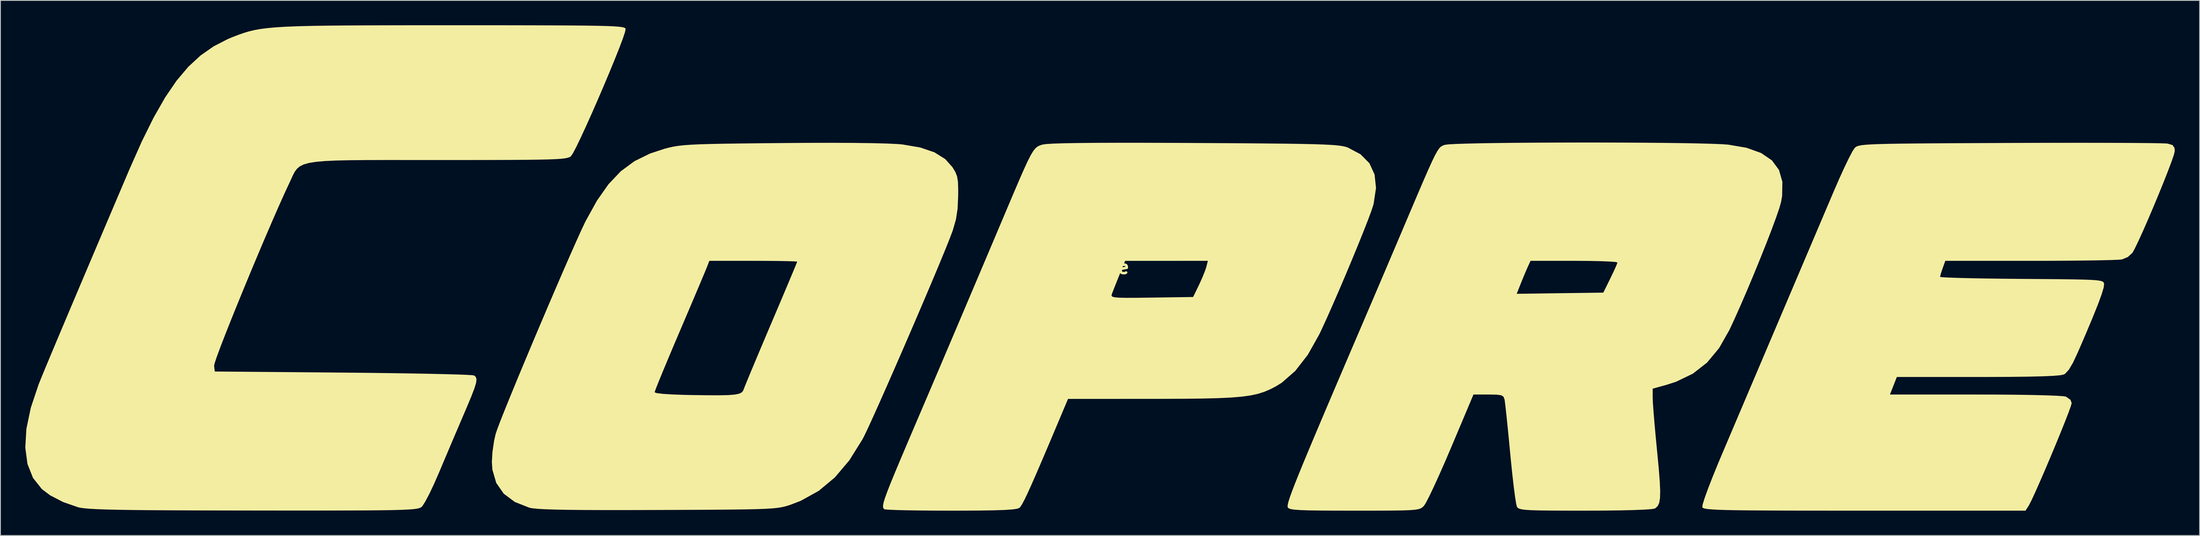
<source format=kicad_pcb>
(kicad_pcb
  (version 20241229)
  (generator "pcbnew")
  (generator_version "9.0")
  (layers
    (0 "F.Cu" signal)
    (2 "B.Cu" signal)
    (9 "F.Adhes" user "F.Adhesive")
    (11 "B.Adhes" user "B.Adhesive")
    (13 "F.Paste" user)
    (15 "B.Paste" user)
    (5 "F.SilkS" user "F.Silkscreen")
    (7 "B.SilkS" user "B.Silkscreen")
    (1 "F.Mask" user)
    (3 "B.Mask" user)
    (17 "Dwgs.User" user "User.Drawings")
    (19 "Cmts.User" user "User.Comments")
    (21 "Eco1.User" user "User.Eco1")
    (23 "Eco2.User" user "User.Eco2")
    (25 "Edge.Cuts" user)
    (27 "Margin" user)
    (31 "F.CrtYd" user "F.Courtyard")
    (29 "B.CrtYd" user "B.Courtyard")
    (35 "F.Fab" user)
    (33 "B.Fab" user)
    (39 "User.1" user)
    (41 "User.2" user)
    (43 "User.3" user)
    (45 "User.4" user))
  (footprint "Copre"
    (layer "F.Cu")
    (at 129.879 29.236)
    (property "Reference" "Copre" (at 0 0 0) (layer "F.SilkS") (effects (font (size 1.524 1.524) (thickness 0.3))))
    (attr board_only exclude_from_pos_files exclude_from_bom)
    (fp_poly (pts (xy 5.251 -15.047) (xy 8.942 -15.034) (xy 11.113 -15.023) (xy 14.601 -15.003) (xy 17.6 -14.983) (xy 20.151 -14.961) (xy 22.292 -14.938) (xy 24.064 -14.91) (xy 25.508 -14.878) (xy 26.662 -14.84) (xy 27.567 -14.795) (xy 28.264 -14.742) (xy 28.792 -14.679) (xy 29.191 -14.606) (xy 29.501 -14.52) (xy 29.642 -14.47) (xy 31.168 -13.663) (xy 32.243 -12.578) (xy 32.867 -11.22) (xy 33.038 -9.591) (xy 32.754 -7.695) (xy 32.714 -7.541) (xy 32.486 -6.84) (xy 32.077 -5.738) (xy 31.521 -4.318) (xy 30.853 -2.661) (xy 30.107 -0.85) (xy 29.317 1.034) (xy 28.518 2.907) (xy 27.744 4.688) (xy 27.029 6.294) (xy 26.407 7.643) (xy 26.184 8.109) (xy 24.809 10.555) (xy 23.304 12.493) (xy 21.673 13.921) (xy 20.934 14.377) (xy 20.24 14.732) (xy 19.543 15.025) (xy 18.786 15.265) (xy 17.914 15.454) (xy 16.87 15.6) (xy 15.598 15.708) (xy 14.042 15.783) (xy 12.146 15.831) (xy 9.855 15.858) (xy 7.111 15.869) (xy 5.949 15.87) (xy -4.11 15.875) (xy -5.139 18.322) (xy -6.244 20.944) (xy -7.166 23.115) (xy -7.924 24.876) (xy -8.534 26.267) (xy -9.016 27.328) (xy -9.387 28.097) (xy -9.665 28.616) (xy -9.869 28.924) (xy -9.979 29.038) (xy -10.261 29.14) (xy -10.833 29.221) (xy -11.738 29.283) (xy -13.02 29.326) (xy -14.721 29.354) (xy -16.885 29.367) (xy -18.263 29.369) (xy -20.249 29.363) (xy -22.062 29.347) (xy -23.635 29.322) (xy -24.901 29.289) (xy -25.793 29.25) (xy -26.243 29.207) (xy -26.282 29.192) (xy -26.372 29.078) (xy -26.422 28.921) (xy -26.414 28.679) (xy -26.335 28.312) (xy -26.168 27.779) (xy -25.899 27.04) (xy -25.511 26.054) (xy -24.989 24.779) (xy -24.317 23.176) (xy -23.481 21.203) (xy -22.465 18.82) (xy -21.433 16.404) (xy -20.747 14.798) (xy -19.89 12.786) (xy -18.897 10.449) (xy -17.801 7.871) (xy -16.639 5.132) (xy -15.909 3.41) (xy 1.138 3.41) (xy 1.231 3.529) (xy 1.515 3.608) (xy 2.055 3.654) (xy 2.919 3.672) (xy 4.175 3.667) (xy 5.889 3.645) (xy 5.989 3.644) (xy 10.98 3.572) (xy 11.686 2.117) (xy 12.103 1.2) (xy 12.437 0.362) (xy 12.575 -0.066) (xy 12.757 -0.794) (xy 7.768 -0.793) (xy 2.778 -0.792) (xy 2.057 0.993) (xy 1.676 1.944) (xy 1.358 2.747) (xy 1.171 3.236) (xy 1.166 3.247) (xy 1.138 3.41) (xy -15.909 3.41) (xy -15.445 2.314) (xy -14.252 -0.5) (xy -13.097 -3.23) (xy -12.013 -5.794) (xy -11.723 -6.482) (xy -10.799 -8.667) (xy -10.053 -10.416) (xy -9.457 -11.779) (xy -8.983 -12.809) (xy -8.604 -13.556) (xy -8.291 -14.071) (xy -8.017 -14.406) (xy -7.754 -14.613) (xy -7.475 -14.741) (xy -7.193 -14.83) (xy -6.75 -14.895) (xy -5.885 -14.948) (xy -4.586 -14.99) (xy -2.837 -15.02) (xy -0.624 -15.04) (xy 2.067 -15.049)) (stroke (width 0) (type solid)) (fill yes) (layer "F.SilkS"))
    (fp_poly (pts (xy 120.77 -15.042) (xy 123.018 -15.034) (xy 124.946 -15.023) (xy 126.506 -15.007) (xy 127.656 -14.987) (xy 128.347 -14.964) (xy 128.521 -14.949) (xy 129.122 -14.768) (xy 129.354 -14.416) (xy 129.381 -14.038) (xy 129.279 -13.61) (xy 128.996 -12.785) (xy 128.569 -11.65) (xy 128.033 -10.29) (xy 127.424 -8.792) (xy 126.778 -7.241) (xy 126.131 -5.725) (xy 125.519 -4.329) (xy 124.976 -3.139) (xy 124.541 -2.241) (xy 124.271 -1.757) (xy 123.72 -1.257) (xy 123.016 -0.963) (xy 122.567 -0.925) (xy 121.653 -0.89) (xy 120.336 -0.859) (xy 118.68 -0.833) (xy 116.749 -0.813) (xy 114.605 -0.799) (xy 112.313 -0.794) (xy 111.939 -0.794) (xy 101.706 -0.794) (xy 101.389 0.085) (xy 101.176 0.719) (xy 101.073 1.116) (xy 101.071 1.14) (xy 101.326 1.182) (xy 102.052 1.223) (xy 103.191 1.264) (xy 104.685 1.302) (xy 106.476 1.335) (xy 108.506 1.363) (xy 110.717 1.384) (xy 110.927 1.386) (xy 113.468 1.404) (xy 115.531 1.423) (xy 117.165 1.444) (xy 118.422 1.472) (xy 119.351 1.509) (xy 120.003 1.557) (xy 120.428 1.622) (xy 120.678 1.704) (xy 120.802 1.808) (xy 120.85 1.937) (xy 120.859 1.993) (xy 120.806 2.435) (xy 120.563 3.244) (xy 120.123 4.445) (xy 119.476 6.059) (xy 118.616 8.108) (xy 117.706 10.216) (xy 117.106 11.502) (xy 116.608 12.349) (xy 116.17 12.823) (xy 115.995 12.928) (xy 115.565 13.018) (xy 114.698 13.092) (xy 113.378 13.149) (xy 111.587 13.191) (xy 109.306 13.217) (xy 106.519 13.229) (xy 105.596 13.229) (xy 95.859 13.229) (xy 95.028 15.346) (xy 105.308 15.346) (xy 107.853 15.352) (xy 110.153 15.372) (xy 112.161 15.402) (xy 113.828 15.443) (xy 115.104 15.493) (xy 115.94 15.55) (xy 116.267 15.604) (xy 116.809 15.994) (xy 116.946 16.381) (xy 116.845 16.754) (xy 116.566 17.528) (xy 116.143 18.618) (xy 115.613 19.941) (xy 115.009 21.413) (xy 114.367 22.951) (xy 113.723 24.469) (xy 113.11 25.884) (xy 112.565 27.114) (xy 112.122 28.073) (xy 111.816 28.678) (xy 111.76 28.773) (xy 111.377 29.369) (xy 91.965 29.369) (xy 88.272 29.368) (xy 85.073 29.365) (xy 82.333 29.359) (xy 80.016 29.349) (xy 78.087 29.335) (xy 76.511 29.316) (xy 75.253 29.291) (xy 74.277 29.259) (xy 73.549 29.219) (xy 73.033 29.172) (xy 72.693 29.115) (xy 72.495 29.049) (xy 72.403 28.972) (xy 72.391 28.949) (xy 72.445 28.589) (xy 72.689 27.809) (xy 73.1 26.676) (xy 73.653 25.254) (xy 74.324 23.608) (xy 74.721 22.665) (xy 75.653 20.47) (xy 76.714 17.971) (xy 77.875 15.237) (xy 79.107 12.338) (xy 80.379 9.343) (xy 81.664 6.319) (xy 82.931 3.336) (xy 84.152 0.462) (xy 85.297 -2.234) (xy 86.337 -4.682) (xy 87.243 -6.815) (xy 87.986 -8.563) (xy 88.282 -9.26) (xy 88.931 -10.75) (xy 89.546 -12.098) (xy 90.087 -13.218) (xy 90.51 -14.021) (xy 90.773 -14.42) (xy 90.887 -14.523) (xy 91.036 -14.612) (xy 91.258 -14.688) (xy 91.591 -14.753) (xy 92.073 -14.807) (xy 92.741 -14.851) (xy 93.635 -14.888) (xy 94.79 -14.918) (xy 96.246 -14.943) (xy 98.041 -14.963) (xy 100.211 -14.981) (xy 102.796 -14.996) (xy 105.833 -15.011) (xy 109.361 -15.027) (xy 109.479 -15.027) (xy 112.555 -15.038) (xy 115.493 -15.044) (xy 118.247 -15.045)) (stroke (width 0) (type solid)) (fill yes) (layer "F.SilkS"))
    (fp_poly (pts (xy -29.928 -15.031) (xy -27.746 -15.002) (xy -25.989 -14.958) (xy -24.695 -14.898) (xy -24.096 -14.848) (xy -21.931 -14.477) (xy -20.217 -13.893) (xy -18.916 -13.076) (xy -18.044 -12.096) (xy -17.699 -11.525) (xy -17.49 -10.99) (xy -17.385 -10.335) (xy -17.355 -9.404) (xy -17.36 -8.616) (xy -17.43 -7.074) (xy -17.628 -5.793) (xy -17.996 -4.516) (xy -18.07 -4.303) (xy -18.4 -3.432) (xy -18.908 -2.165) (xy -19.565 -0.568) (xy -20.344 1.295) (xy -21.217 3.36) (xy -22.156 5.561) (xy -23.133 7.835) (xy -24.119 10.116) (xy -25.088 12.339) (xy -26.011 14.441) (xy -26.859 16.355) (xy -27.606 18.018) (xy -28.223 19.366) (xy -28.683 20.332) (xy -28.886 20.73) (xy -30.478 23.282) (xy -32.229 25.353) (xy -34.175 26.975) (xy -36.353 28.182) (xy -37.52 28.632) (xy -37.917 28.763) (xy -38.304 28.873) (xy -38.727 28.965) (xy -39.234 29.04) (xy -39.87 29.101) (xy -40.684 29.149) (xy -41.722 29.187) (xy -43.031 29.215) (xy -44.657 29.237) (xy -46.648 29.254) (xy -49.05 29.268) (xy -51.91 29.281) (xy -53.578 29.287) (xy -56.962 29.297) (xy -59.851 29.298) (xy -62.28 29.29) (xy -64.283 29.271) (xy -65.895 29.241) (xy -67.149 29.2) (xy -68.081 29.147) (xy -68.724 29.08) (xy -69.069 29.014) (xy -70.836 28.317) (xy -72.173 27.316) (xy -73.075 26.017) (xy -73.538 24.424) (xy -73.603 23.481) (xy -73.53 22.266) (xy -73.33 20.916) (xy -73.145 20.098) (xy -72.947 19.514) (xy -72.563 18.505) (xy -72.019 17.133) (xy -71.34 15.46) (xy -71.183 15.078) (xy -53.975 15.078) (xy -53.722 15.175) (xy -53.008 15.263) (xy -51.902 15.335) (xy -50.471 15.388) (xy -49.676 15.405) (xy -47.696 15.434) (xy -46.18 15.439) (xy -45.064 15.414) (xy -44.281 15.351) (xy -43.768 15.245) (xy -43.459 15.088) (xy -43.289 14.874) (xy -43.23 14.724) (xy -43.084 14.343) (xy -42.757 13.542) (xy -42.277 12.384) (xy -41.671 10.937) (xy -40.967 9.264) (xy -40.191 7.431) (xy -39.914 6.78) (xy -39.131 4.935) (xy -38.419 3.253) (xy -37.804 1.793) (xy -37.311 0.616) (xy -36.965 -0.218) (xy -36.792 -0.649) (xy -36.777 -0.695) (xy -37.028 -0.725) (xy -37.73 -0.751) (xy -38.802 -0.772) (xy -40.166 -0.787) (xy -41.742 -0.794) (xy -42.075 -0.794) (xy -47.374 -0.794) (xy -47.637 -0.1) (xy -47.807 0.316) (xy -48.155 1.15) (xy -48.654 2.335) (xy -49.275 3.8) (xy -49.988 5.48) (xy -50.765 7.304) (xy -50.938 7.709) (xy -51.711 9.528) (xy -52.411 11.192) (xy -53.013 12.639) (xy -53.49 13.805) (xy -53.817 14.628) (xy -53.968 15.045) (xy -53.975 15.078) (xy -71.183 15.078) (xy -70.553 13.545) (xy -69.682 11.451) (xy -68.755 9.237) (xy -67.796 6.966) (xy -66.831 4.697) (xy -65.887 2.492) (xy -64.988 0.413) (xy -64.161 -1.481) (xy -63.432 -3.128) (xy -62.826 -4.467) (xy -62.368 -5.438) (xy -62.276 -5.623) (xy -60.922 -8.07) (xy -59.534 -10.046) (xy -58.049 -11.612) (xy -56.402 -12.827) (xy -54.528 -13.748) (xy -52.762 -14.33) (xy -52.239 -14.466) (xy -51.72 -14.58) (xy -51.151 -14.673) (xy -50.477 -14.75) (xy -49.646 -14.811) (xy -48.603 -14.861) (xy -47.294 -14.901) (xy -45.666 -14.934) (xy -43.665 -14.963) (xy -41.237 -14.99) (xy -38.629 -15.015) (xy -35.408 -15.038) (xy -32.495 -15.043)) (stroke (width 0) (type solid)) (fill yes) (layer "F.SilkS"))
    (fp_poly (pts (xy -74.507 -29.236) (xy -71.188 -29.234) (xy -68.329 -29.229) (xy -65.897 -29.221) (xy -63.857 -29.209) (xy -62.175 -29.193) (xy -60.816 -29.171) (xy -59.745 -29.143) (xy -58.93 -29.109) (xy -58.335 -29.067) (xy -57.926 -29.016) (xy -57.669 -28.956) (xy -57.529 -28.887) (xy -57.473 -28.807) (xy -57.468 -28.789) (xy -57.544 -28.407) (xy -57.808 -27.619) (xy -58.23 -26.499) (xy -58.778 -25.121) (xy -59.418 -23.561) (xy -60.12 -21.892) (xy -60.852 -20.189) (xy -61.58 -18.526) (xy -62.275 -16.979) (xy -62.903 -15.62) (xy -63.432 -14.525) (xy -63.831 -13.769) (xy -64.064 -13.428) (xy -64.21 -13.33) (xy -64.424 -13.246) (xy -64.746 -13.177) (xy -65.219 -13.12) (xy -65.883 -13.074) (xy -66.78 -13.038) (xy -67.951 -13.011) (xy -69.438 -12.991) (xy -71.281 -12.978) (xy -73.522 -12.97) (xy -76.203 -12.966) (xy -79.364 -12.965) (xy -79.96 -12.965) (xy -83.347 -12.966) (xy -86.245 -12.967) (xy -88.697 -12.961) (xy -90.742 -12.942) (xy -92.42 -12.904) (xy -93.774 -12.84) (xy -94.844 -12.744) (xy -95.671 -12.611) (xy -96.295 -12.433) (xy -96.758 -12.204) (xy -97.1 -11.92) (xy -97.362 -11.572) (xy -97.585 -11.155) (xy -97.81 -10.663) (xy -98.015 -10.22) (xy -98.6 -8.962) (xy -99.294 -7.415) (xy -100.071 -5.639) (xy -100.907 -3.695) (xy -101.778 -1.641) (xy -102.658 0.461) (xy -103.524 2.554) (xy -104.351 4.576) (xy -105.113 6.467) (xy -105.787 8.169) (xy -106.348 9.62) (xy -106.77 10.762) (xy -107.03 11.535) (xy -107.105 11.87) (xy -107.024 12.568) (xy -91.546 12.7) (xy -88.727 12.728) (xy -86.062 12.761) (xy -83.599 12.798) (xy -81.386 12.838) (xy -79.47 12.881) (xy -77.899 12.924) (xy -76.721 12.968) (xy -75.983 13.011) (xy -75.737 13.046) (xy -75.539 13.228) (xy -75.455 13.499) (xy -75.504 13.931) (xy -75.705 14.597) (xy -76.077 15.567) (xy -76.64 16.916) (xy -76.963 17.673) (xy -77.693 19.377) (xy -78.517 21.315) (xy -79.334 23.242) (xy -80.02 24.871) (xy -80.594 26.181) (xy -81.145 27.342) (xy -81.624 28.252) (xy -81.977 28.81) (xy -82.064 28.906) (xy -82.193 28.993) (xy -82.383 29.068) (xy -82.672 29.133) (xy -83.095 29.187) (xy -83.689 29.232) (xy -84.489 29.269) (xy -85.532 29.298) (xy -86.854 29.32) (xy -88.492 29.336) (xy -90.48 29.346) (xy -92.856 29.352) (xy -95.655 29.355) (xy -98.914 29.354) (xy -102.357 29.351) (xy -106.202 29.346) (xy -109.552 29.338) (xy -112.443 29.326) (xy -114.909 29.31) (xy -116.986 29.289) (xy -118.709 29.262) (xy -120.111 29.229) (xy -121.229 29.188) (xy -122.096 29.14) (xy -122.749 29.084) (xy -123.222 29.019) (xy -123.494 28.96) (xy -125.303 28.334) (xy -126.875 27.521) (xy -127.884 26.76) (xy -128.948 25.416) (xy -129.613 23.742) (xy -129.879 21.759) (xy -129.746 19.485) (xy -129.213 16.942) (xy -128.279 14.147) (xy -128.221 13.999) (xy -127.906 13.217) (xy -127.411 12.019) (xy -126.734 10.397) (xy -125.871 8.342) (xy -124.819 5.846) (xy -123.575 2.902) (xy -122.134 -0.499) (xy -120.494 -4.364) (xy -118.652 -8.703) (xy -117.29 -11.906) (xy -115.811 -15.237) (xy -114.399 -18.09) (xy -113.019 -20.508) (xy -111.64 -22.535) (xy -110.226 -24.212) (xy -108.746 -25.582) (xy -107.165 -26.688) (xy -105.451 -27.571) (xy -104.775 -27.851) (xy -104.139 -28.094) (xy -103.535 -28.306) (xy -102.923 -28.491) (xy -102.266 -28.649) (xy -101.525 -28.783) (xy -100.662 -28.895) (xy -99.64 -28.987) (xy -98.42 -29.061) (xy -96.963 -29.119) (xy -95.233 -29.162) (xy -93.19 -29.193) (xy -90.797 -29.214) (xy -88.015 -29.227) (xy -84.807 -29.234) (xy -81.134 -29.236) (xy -78.32 -29.236)) (stroke (width 0) (type solid)) (fill yes) (layer "F.SilkS"))
    (fp_poly (pts (xy 60.132 -15.078) (xy 62.758 -15.07) (xy 65.294 -15.056) (xy 67.684 -15.034) (xy 69.873 -15.007) (xy 71.804 -14.972) (xy 73.42 -14.93) (xy 74.666 -14.882) (xy 75.486 -14.827) (xy 75.516 -14.824) (xy 77.736 -14.443) (xy 79.494 -13.81) (xy 80.794 -12.92) (xy 81.645 -11.765) (xy 82.053 -10.338) (xy 82.023 -8.631) (xy 81.901 -7.918) (xy 81.692 -7.178) (xy 81.301 -6.035) (xy 80.76 -4.572) (xy 80.102 -2.868) (xy 79.359 -1.007) (xy 78.565 0.933) (xy 77.752 2.868) (xy 76.952 4.719) (xy 76.199 6.403) (xy 75.668 7.544) (xy 74.418 9.747) (xy 72.966 11.492) (xy 71.254 12.828) (xy 69.224 13.807) (xy 68.064 14.18) (xy 66.41 14.639) (xy 66.41 15.751) (xy 66.437 16.357) (xy 66.509 17.387) (xy 66.621 18.74) (xy 66.762 20.315) (xy 66.925 22.01) (xy 66.943 22.196) (xy 67.138 24.236) (xy 67.263 25.816) (xy 67.316 27) (xy 67.294 27.851) (xy 67.194 28.436) (xy 67.014 28.817) (xy 66.751 29.059) (xy 66.662 29.111) (xy 66.267 29.182) (xy 65.399 29.244) (xy 64.115 29.296) (xy 62.47 29.335) (xy 60.521 29.36) (xy 58.325 29.369) (xy 58.235 29.369) (xy 55.967 29.367) (xy 54.171 29.359) (xy 52.791 29.342) (xy 51.767 29.312) (xy 51.045 29.266) (xy 50.566 29.201) (xy 50.273 29.113) (xy 50.109 29) (xy 50.036 28.896) (xy 49.939 28.504) (xy 49.807 27.666) (xy 49.651 26.466) (xy 49.481 24.987) (xy 49.308 23.309) (xy 49.228 22.48) (xy 49.061 20.73) (xy 48.902 19.13) (xy 48.761 17.764) (xy 48.645 16.719) (xy 48.564 16.077) (xy 48.541 15.941) (xy 48.425 15.625) (xy 48.171 15.446) (xy 47.653 15.366) (xy 46.747 15.346) (xy 46.602 15.346) (xy 44.795 15.346) (xy 42.091 21.762) (xy 41.341 23.516) (xy 40.627 25.133) (xy 39.984 26.541) (xy 39.445 27.668) (xy 39.043 28.441) (xy 38.83 28.773) (xy 38.66 28.943) (xy 38.464 29.077) (xy 38.181 29.18) (xy 37.753 29.255) (xy 37.119 29.307) (xy 36.219 29.34) (xy 34.992 29.358) (xy 33.379 29.367) (xy 31.32 29.369) (xy 30.409 29.369) (xy 28.13 29.366) (xy 26.326 29.355) (xy 24.941 29.334) (xy 23.921 29.299) (xy 23.211 29.248) (xy 22.756 29.178) (xy 22.502 29.087) (xy 22.394 28.972) (xy 22.392 28.966) (xy 22.373 28.822) (xy 22.404 28.583) (xy 22.497 28.22) (xy 22.663 27.705) (xy 22.914 27.01) (xy 23.262 26.106) (xy 23.718 24.965) (xy 24.293 23.559) (xy 25 21.86) (xy 25.849 19.839) (xy 26.853 17.467) (xy 28.022 14.718) (xy 29.369 11.562) (xy 30.905 7.971) (xy 32.278 4.763) (xy 32.87 3.379) (xy 32.952 3.186) (xy 50.01 3.186) (xy 55.233 3.114) (xy 60.457 3.043) (xy 61.303 1.323) (xy 61.72 0.454) (xy 62.026 -0.227) (xy 62.161 -0.583) (xy 62.163 -0.595) (xy 61.916 -0.656) (xy 61.219 -0.709) (xy 60.152 -0.752) (xy 58.793 -0.781) (xy 57.222 -0.793) (xy 56.928 -0.794) (xy 51.679 -0.794) (xy 51.344 -0.066) (xy 51.044 0.623) (xy 50.671 1.522) (xy 50.51 1.924) (xy 50.01 3.186) (xy 32.952 3.186) (xy 33.605 1.654) (xy 34.423 -0.267) (xy 35.262 -2.24) (xy 36.059 -4.118) (xy 36.108 -4.233) (xy 37.168 -6.734) (xy 38.043 -8.793) (xy 38.755 -10.454) (xy 39.326 -11.761) (xy 39.778 -12.76) (xy 40.133 -13.494) (xy 40.414 -14.008) (xy 40.641 -14.348) (xy 40.837 -14.557) (xy 41.025 -14.679) (xy 41.226 -14.76) (xy 41.335 -14.798) (xy 41.761 -14.855) (xy 42.661 -14.905) (xy 43.977 -14.949) (xy 45.653 -14.987) (xy 47.634 -15.018) (xy 49.862 -15.043) (xy 52.283 -15.061) (xy 54.839 -15.073) (xy 57.474 -15.079)) (stroke (width 0) (type solid)) (fill yes) (layer "F.SilkS")))
  (gr_rect
    (start -3 -3)
    (end 262.261 61.605)
    (stroke (width 0.1) (type default))
    (fill no)
    (layer "Edge.Cuts")))
</source>
